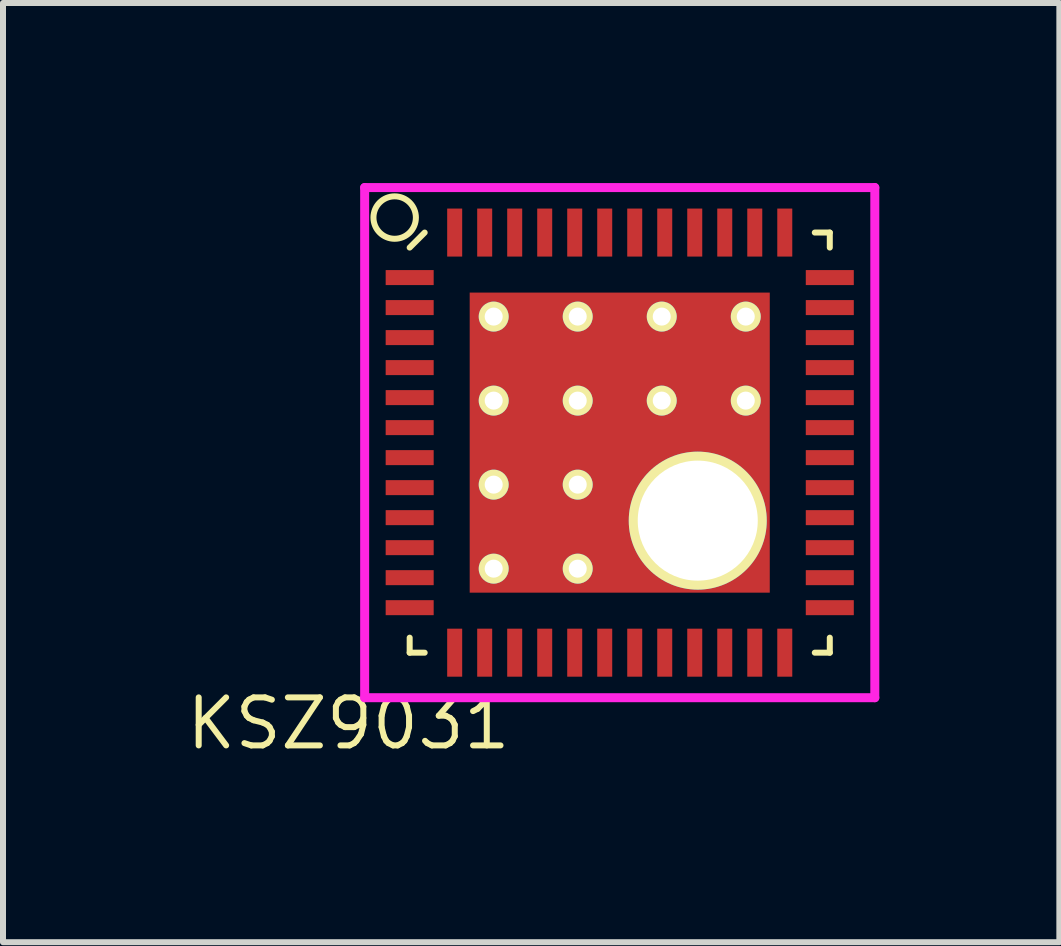
<source format=kicad_pcb>
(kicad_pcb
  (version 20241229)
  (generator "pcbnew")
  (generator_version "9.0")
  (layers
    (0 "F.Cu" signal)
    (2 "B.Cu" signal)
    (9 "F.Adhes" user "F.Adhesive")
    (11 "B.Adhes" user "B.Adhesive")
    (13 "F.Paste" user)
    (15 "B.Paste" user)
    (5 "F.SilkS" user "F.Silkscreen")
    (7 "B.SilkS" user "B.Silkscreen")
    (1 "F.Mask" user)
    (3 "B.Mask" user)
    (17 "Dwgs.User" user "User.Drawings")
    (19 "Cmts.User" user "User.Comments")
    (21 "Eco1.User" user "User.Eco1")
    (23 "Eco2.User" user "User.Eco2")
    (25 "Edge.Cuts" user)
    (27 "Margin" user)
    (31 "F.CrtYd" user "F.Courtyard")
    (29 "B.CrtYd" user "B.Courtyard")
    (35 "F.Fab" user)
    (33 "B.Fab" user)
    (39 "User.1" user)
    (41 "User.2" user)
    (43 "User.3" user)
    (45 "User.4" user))
  (footprint "KSZ9031"
    (layer "F.Cu")
    (at 7.276 4.325)
    (property "Reference" "KSZ9031" (at -4.52 4.68 0) (layer "F.SilkS") (effects (font (size 0.8 0.8) (thickness 0.1))))
    (attr through_hole)
    (fp_line (start -3.5 -3.25) (end -3.25 -3.5) (stroke (width 0.1) (type solid)) (layer "F.SilkS"))
    (fp_line (start -3.5 3.5) (end -3.5 3.25) (stroke (width 0.1) (type solid)) (layer "F.SilkS"))
    (fp_line (start -3.25 3.5) (end -3.5 3.5) (stroke (width 0.1) (type solid)) (layer "F.SilkS"))
    (fp_line (start 3.25 -3.5) (end 3.5 -3.5) (stroke (width 0.1) (type solid)) (layer "F.SilkS"))
    (fp_line (start 3.25 3.5) (end 3.5 3.5) (stroke (width 0.1) (type solid)) (layer "F.SilkS"))
    (fp_line (start 3.5 -3.5) (end 3.5 -3.25) (stroke (width 0.1) (type solid)) (layer "F.SilkS"))
    (fp_line (start 3.5 3.5) (end 3.5 3.25) (stroke (width 0.1) (type solid)) (layer "F.SilkS"))
    (fp_circle (center -3.75 -3.75) (end -4 -4) (stroke (width 0.1) (type solid)) (fill no) (layer "F.SilkS"))
    (fp_line (start -4.25 -4.25) (end 4.25 -4.25) (stroke (width 0.15) (type solid)) (layer "F.CrtYd"))
    (fp_line (start -4.25 4.25) (end -4.25 -4.25) (stroke (width 0.15) (type solid)) (layer "F.CrtYd"))
    (fp_line (start 4.25 -4.25) (end 4.25 4.25) (stroke (width 0.15) (type solid)) (layer "F.CrtYd"))
    (fp_line (start 4.25 4.25) (end -4.25 4.25) (stroke (width 0.15) (type solid)) (layer "F.CrtYd"))
    (pad "1" smd rect (at -3.5 -2.75 90) (size 0.25 0.8) (layers "F.Cu" "F.Mask" "F.Paste"))
    (pad "2" smd rect (at -3.5 -2.25 90) (size 0.25 0.8) (layers "F.Cu" "F.Mask" "F.Paste"))
    (pad "3" smd rect (at -3.5 -1.75 90) (size 0.25 0.8) (layers "F.Cu" "F.Mask" "F.Paste"))
    (pad "4" smd rect (at -3.5 -1.25 90) (size 0.25 0.8) (layers "F.Cu" "F.Mask" "F.Paste"))
    (pad "5" smd rect (at -3.5 -0.75 90) (size 0.25 0.8) (layers "F.Cu" "F.Mask" "F.Paste"))
    (pad "6" smd rect (at -3.5 -0.25 90) (size 0.25 0.8) (layers "F.Cu" "F.Mask" "F.Paste"))
    (pad "7" smd rect (at -3.5 0.25 90) (size 0.25 0.8) (layers "F.Cu" "F.Mask" "F.Paste"))
    (pad "8" smd rect (at -3.5 0.75 90) (size 0.25 0.8) (layers "F.Cu" "F.Mask" "F.Paste"))
    (pad "9" smd rect (at -3.5 1.25 90) (size 0.25 0.8) (layers "F.Cu" "F.Mask" "F.Paste"))
    (pad "10" smd rect (at -3.5 1.75 90) (size 0.25 0.8) (layers "F.Cu" "F.Mask" "F.Paste"))
    (pad "11" smd rect (at -3.5 2.25 90) (size 0.25 0.8) (layers "F.Cu" "F.Mask" "F.Paste"))
    (pad "12" smd rect (at -3.5 2.75 90) (size 0.25 0.8) (layers "F.Cu" "F.Mask" "F.Paste"))
    (pad "13" smd rect (at -2.75 3.5) (size 0.25 0.8) (layers "F.Cu" "F.Mask" "F.Paste"))
    (pad "14" smd rect (at -2.25 3.5) (size 0.25 0.8) (layers "F.Cu" "F.Mask" "F.Paste"))
    (pad "15" smd rect (at -1.75 3.5) (size 0.25 0.8) (layers "F.Cu" "F.Mask" "F.Paste"))
    (pad "16" smd rect (at -1.25 3.5) (size 0.25 0.8) (layers "F.Cu" "F.Mask" "F.Paste"))
    (pad "17" smd rect (at -0.75 3.5) (size 0.25 0.8) (layers "F.Cu" "F.Mask" "F.Paste"))
    (pad "18" smd rect (at -0.25 3.5) (size 0.25 0.8) (layers "F.Cu" "F.Mask" "F.Paste"))
    (pad "19" smd rect (at 0.25 3.5) (size 0.25 0.8) (layers "F.Cu" "F.Mask" "F.Paste"))
    (pad "20" smd rect (at 0.75 3.5) (size 0.25 0.8) (layers "F.Cu" "F.Mask" "F.Paste"))
    (pad "21" smd rect (at 1.25 3.5) (size 0.25 0.8) (layers "F.Cu" "F.Mask" "F.Paste"))
    (pad "22" smd rect (at 1.75 3.5) (size 0.25 0.8) (layers "F.Cu" "F.Mask" "F.Paste"))
    (pad "23" smd rect (at 2.25 3.5) (size 0.25 0.8) (layers "F.Cu" "F.Mask" "F.Paste"))
    (pad "24" smd rect (at 2.75 3.5) (size 0.25 0.8) (layers "F.Cu" "F.Mask" "F.Paste"))
    (pad "25" smd rect (at 3.5 2.75 90) (size 0.25 0.8) (layers "F.Cu" "F.Mask" "F.Paste"))
    (pad "26" smd rect (at 3.5 2.25 90) (size 0.25 0.8) (layers "F.Cu" "F.Mask" "F.Paste"))
    (pad "27" smd rect (at 3.5 1.75 90) (size 0.25 0.8) (layers "F.Cu" "F.Mask" "F.Paste"))
    (pad "28" smd rect (at 3.5 1.25 90) (size 0.25 0.8) (layers "F.Cu" "F.Mask" "F.Paste"))
    (pad "29" smd rect (at 3.5 0.75 90) (size 0.25 0.8) (layers "F.Cu" "F.Mask" "F.Paste"))
    (pad "30" smd rect (at 3.5 0.25 90) (size 0.25 0.8) (layers "F.Cu" "F.Mask" "F.Paste"))
    (pad "31" smd rect (at 3.5 -0.25 90) (size 0.25 0.8) (layers "F.Cu" "F.Mask" "F.Paste"))
    (pad "32" smd rect (at 3.5 -0.75 90) (size 0.25 0.8) (layers "F.Cu" "F.Mask" "F.Paste"))
    (pad "33" smd rect (at 3.5 -1.25 90) (size 0.25 0.8) (layers "F.Cu" "F.Mask" "F.Paste"))
    (pad "34" smd rect (at 3.5 -1.75 90) (size 0.25 0.8) (layers "F.Cu" "F.Mask" "F.Paste"))
    (pad "35" smd rect (at 3.5 -2.25 90) (size 0.25 0.8) (layers "F.Cu" "F.Mask" "F.Paste"))
    (pad "36" smd rect (at 3.5 -2.75 90) (size 0.25 0.8) (layers "F.Cu" "F.Mask" "F.Paste"))
    (pad "37" smd rect (at 2.75 -3.5) (size 0.25 0.8) (layers "F.Cu" "F.Mask" "F.Paste"))
    (pad "38" smd rect (at 2.25 -3.5) (size 0.25 0.8) (layers "F.Cu" "F.Mask" "F.Paste"))
    (pad "39" smd rect (at 1.75 -3.5) (size 0.25 0.8) (layers "F.Cu" "F.Mask" "F.Paste"))
    (pad "40" smd rect (at 1.25 -3.5) (size 0.25 0.8) (layers "F.Cu" "F.Mask" "F.Paste"))
    (pad "41" smd rect (at 0.75 -3.5) (size 0.25 0.8) (layers "F.Cu" "F.Mask" "F.Paste"))
    (pad "42" smd rect (at 0.25 -3.5) (size 0.25 0.8) (layers "F.Cu" "F.Mask" "F.Paste"))
    (pad "43" smd rect (at -0.25 -3.5) (size 0.25 0.8) (layers "F.Cu" "F.Mask" "F.Paste"))
    (pad "44" smd rect (at -0.75 -3.5) (size 0.25 0.8) (layers "F.Cu" "F.Mask" "F.Paste"))
    (pad "45" smd rect (at -1.25 -3.5) (size 0.25 0.8) (layers "F.Cu" "F.Mask" "F.Paste"))
    (pad "46" smd rect (at -1.75 -3.5) (size 0.25 0.8) (layers "F.Cu" "F.Mask" "F.Paste"))
    (pad "47" smd rect (at -2.25 -3.5) (size 0.25 0.8) (layers "F.Cu" "F.Mask" "F.Paste"))
    (pad "48" smd rect (at -2.75 -3.5) (size 0.25 0.8) (layers "F.Cu" "F.Mask" "F.Paste"))
    (pad "49" thru_hole circle (at -2.1 -2.1) (size 0.5 0.5) (drill 0.3) (layers "*.Cu" "*.Mask" "F.SilkS"))
    (pad "49" thru_hole circle (at -2.1 -0.7) (size 0.5 0.5) (drill 0.3) (layers "*.Cu" "*.Mask" "F.SilkS"))
    (pad "49" thru_hole circle (at -2.1 0.7) (size 0.5 0.5) (drill 0.3) (layers "*.Cu" "*.Mask" "F.SilkS"))
    (pad "49" thru_hole circle (at -2.1 2.1) (size 0.5 0.5) (drill 0.3) (layers "*.Cu" "*.Mask" "F.SilkS"))
    (pad "49" thru_hole circle (at -0.7 -2.1) (size 0.5 0.5) (drill 0.3) (layers "*.Cu" "*.Mask" "F.SilkS"))
    (pad "49" thru_hole circle (at -0.7 -0.7) (size 0.5 0.5) (drill 0.3) (layers "*.Cu" "*.Mask" "F.SilkS"))
    (pad "49" thru_hole circle (at -0.7 0.7) (size 0.5 0.5) (drill 0.3) (layers "*.Cu" "*.Mask" "F.SilkS"))
    (pad "49" thru_hole circle (at -0.7 2.1) (size 0.5 0.5) (drill 0.3) (layers "*.Cu" "*.Mask" "F.SilkS"))
    (pad "49" smd rect (at 0 0) (size 5 5) (layers "F.Cu" "F.Mask"))
    (pad "49" thru_hole circle (at 0.7 -2.1) (size 0.5 0.5) (drill 0.3) (layers "*.Cu" "*.Mask" "F.SilkS"))
    (pad "49" thru_hole circle (at 0.7 -0.7) (size 0.5 0.5) (drill 0.3) (layers "*.Cu" "*.Mask" "F.SilkS"))
    (pad "49" thru_hole circle (at 1.3 1.3) (size 2.3 2.3) (drill 2) (layers "*.Cu" "*.Mask" "F.SilkS"))
    (pad "49" thru_hole circle (at 2.1 -2.1) (size 0.5 0.5) (drill 0.3) (layers "*.Cu" "*.Mask" "F.SilkS"))
    (pad "49" thru_hole circle (at 2.1 -0.7) (size 0.5 0.5) (drill 0.3) (layers "*.Cu" "*.Mask" "F.SilkS")))
  (gr_rect
    (start -3 -3)
    (end 14.601 12.649)
    (stroke (width 0.1) (type default))
    (fill no)
    (layer "Edge.Cuts")))
</source>
